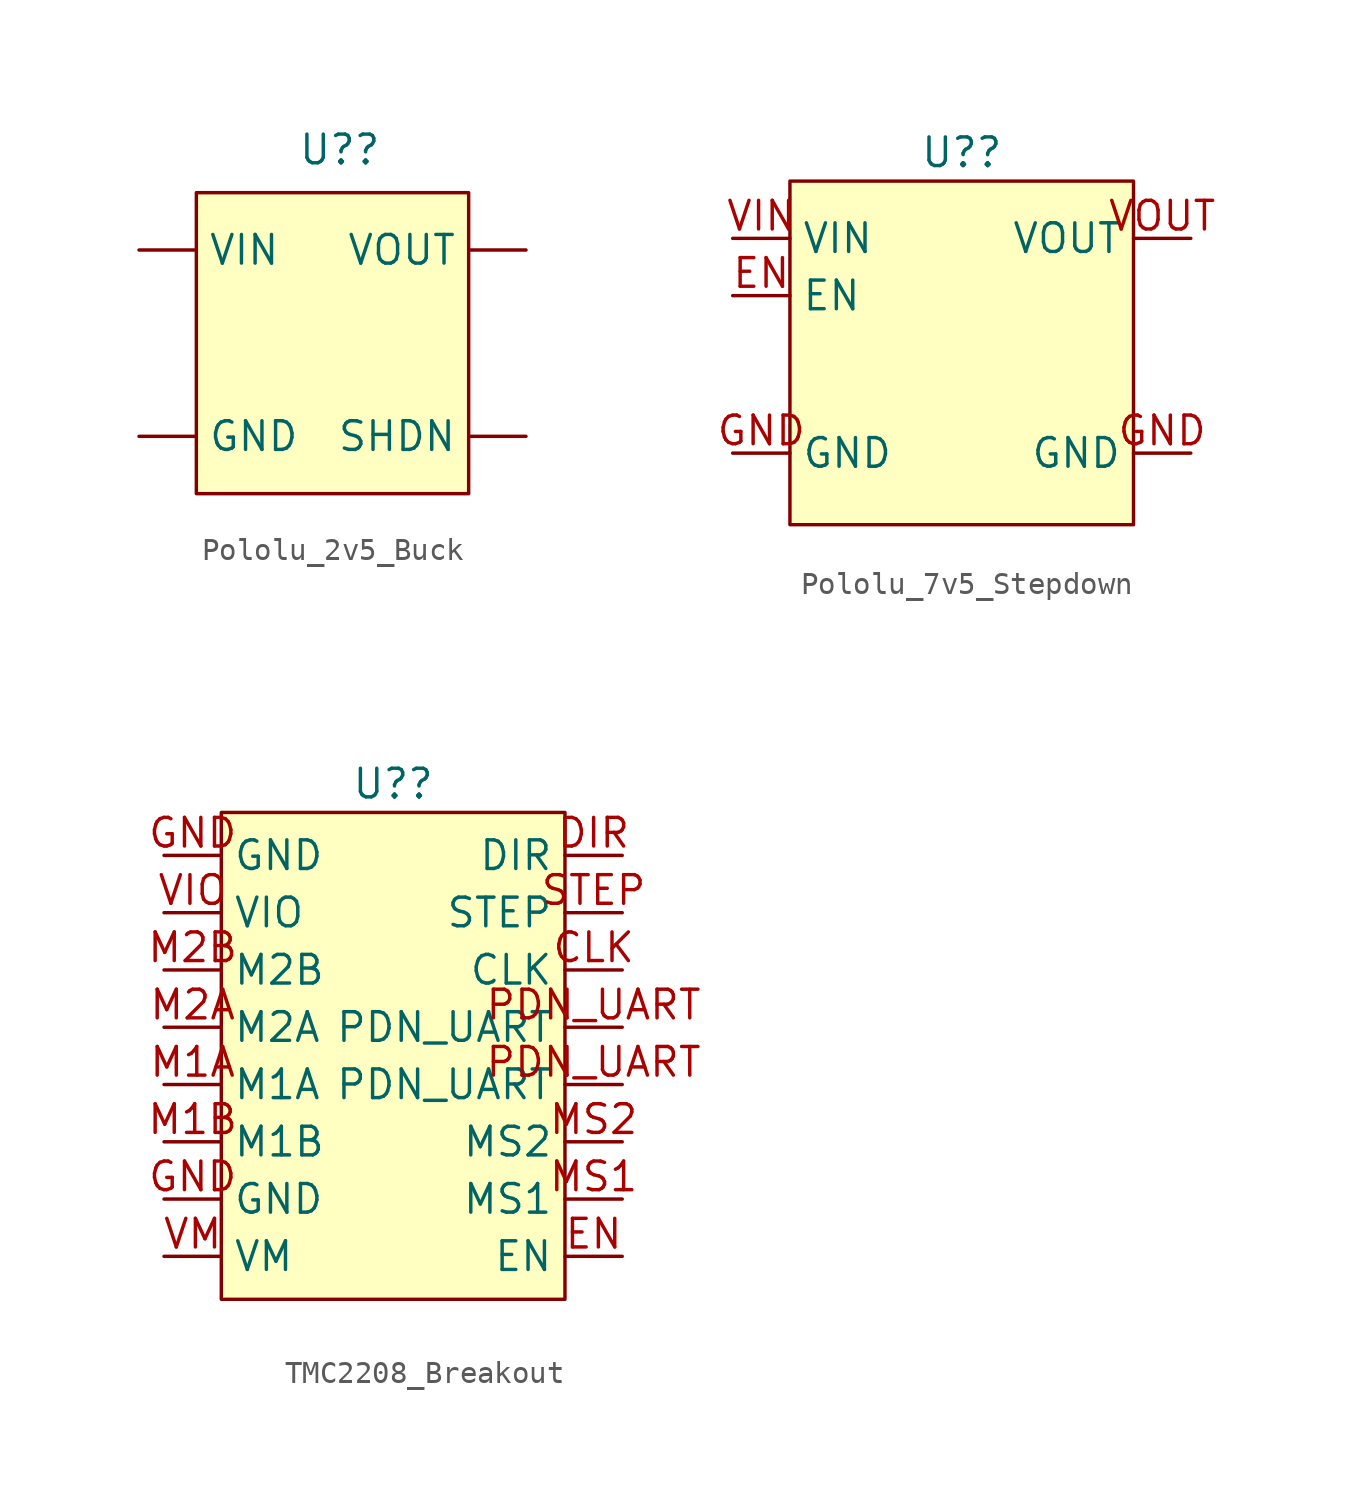
<source format=kicad_sym>
(kicad_symbol_lib
  (version 20220914)
  (generator kicad_symbol_editor)
  (symbol "Pololu_2v5_Buck"
    (property "Reference" "U?"
      (at 0 6.35 0)
      (effects (font (size 1.27 1.27))))
    (property "Value" ""
      (at -0.635 0 0)
      (effects (font (size 1.27 1.27))))
    (symbol "Pololu_2v5_Buck_1_1"
      (rectangle (start -6.35 4.445) (end 5.715 -8.89) (stroke (width 0) (type default)) (fill (type background)))
      (pin input line (at -8.89 -6.35 0) (length 2.54) (name "GND" (effects (font (size 1.27 1.27)))) (number "" (effects (font (size 1.27 1.27)))))
      (pin input line (at 8.255 -6.35 180) (length 2.54) (name "SHDN" (effects (font (size 1.27 1.27)))) (number "" (effects (font (size 1.27 1.27)))))
      (pin input line (at -8.89 1.905 0) (length 2.54) (name "VIN" (effects (font (size 1.27 1.27)))) (number "" (effects (font (size 1.27 1.27)))))
      (pin input line (at 8.255 1.905 180) (length 2.54) (name "VOUT" (effects (font (size 1.27 1.27)))) (number "" (effects (font (size 1.27 1.27)))))))
  (symbol "Pololu_7v5_Stepdown"
    (property "Reference" "U?"
      (at 0 6.985 0)
      (effects (font (size 1.27 1.27))))
    (property "Value" ""
      (at 0 0 0)
      (effects (font (size 1.27 1.27))))
    (symbol "Pololu_7v5_Stepdown_1_1"
      (rectangle (start -7.62 5.715) (end 7.62 -9.525) (stroke (width 0) (type default)) (fill (type background)))
      (pin input line (at -10.16 0.635 0) (length 2.54) (name "EN" (effects (font (size 1.27 1.27)))) (number "EN" (effects (font (size 1.27 1.27)))))
      (pin input line (at -10.16 -6.35 0) (length 2.54) (name "GND" (effects (font (size 1.27 1.27)))) (number "GND" (effects (font (size 1.27 1.27)))))
      (pin input line (at 10.16 -6.35 180) (length 2.54) (name "GND" (effects (font (size 1.27 1.27)))) (number "GND" (effects (font (size 1.27 1.27)))))
      (pin input line (at -10.16 3.175 0) (length 2.54) (name "VIN" (effects (font (size 1.27 1.27)))) (number "VIN" (effects (font (size 1.27 1.27)))))
      (pin input line (at 10.16 3.175 180) (length 2.54) (name "VOUT" (effects (font (size 1.27 1.27)))) (number "VOUT" (effects (font (size 1.27 1.27)))))))
  (symbol "TMC2208_Breakout"
    (property "Reference" "U?"
      (at 0 6.35 0)
      (effects (font (size 1.27 1.27))))
    (property "Value" ""
      (at -1.27 0 0)
      (effects (font (size 1.27 1.27))))
    (symbol "TMC2208_Breakout_1_1"
      (rectangle (start -7.62 5.08) (end 7.62 -16.51) (stroke (width 0) (type default)) (fill (type background)))
      (pin input line (at 10.16 -1.905 180) (length 2.54) (name "CLK" (effects (font (size 1.27 1.27)))) (number "CLK" (effects (font (size 1.27 1.27)))))
      (pin input line (at 10.16 3.175 180) (length 2.54) (name "DIR" (effects (font (size 1.27 1.27)))) (number "DIR" (effects (font (size 1.27 1.27)))))
      (pin input line (at 10.16 -14.605 180) (length 2.54) (name "EN" (effects (font (size 1.27 1.27)))) (number "EN" (effects (font (size 1.27 1.27)))))
      (pin input line (at -10.16 -12.065 0) (length 2.54) (name "GND" (effects (font (size 1.27 1.27)))) (number "GND" (effects (font (size 1.27 1.27)))))
      (pin input line (at -10.16 3.175 0) (length 2.54) (name "GND" (effects (font (size 1.27 1.27)))) (number "GND" (effects (font (size 1.27 1.27)))))
      (pin output line (at -10.16 -6.985 0) (length 2.54) (name "M1A" (effects (font (size 1.27 1.27)))) (number "M1A" (effects (font (size 1.27 1.27)))))
      (pin output line (at -10.16 -9.525 0) (length 2.54) (name "M1B" (effects (font (size 1.27 1.27)))) (number "M1B" (effects (font (size 1.27 1.27)))))
      (pin output line (at -10.16 -4.445 0) (length 2.54) (name "M2A" (effects (font (size 1.27 1.27)))) (number "M2A" (effects (font (size 1.27 1.27)))))
      (pin output line (at -10.16 -1.905 0) (length 2.54) (name "M2B" (effects (font (size 1.27 1.27)))) (number "M2B" (effects (font (size 1.27 1.27)))))
      (pin input line (at 10.16 -12.065 180) (length 2.54) (name "MS1" (effects (font (size 1.27 1.27)))) (number "MS1" (effects (font (size 1.27 1.27)))))
      (pin input line (at 10.16 -9.525 180) (length 2.54) (name "MS2" (effects (font (size 1.27 1.27)))) (number "MS2" (effects (font (size 1.27 1.27)))))
      (pin input line (at 10.16 -6.985 180) (length 2.54) (name "PDN_UART" (effects (font (size 1.27 1.27)))) (number "PDN_UART" (effects (font (size 1.27 1.27)))))
      (pin input line (at 10.16 -4.445 180) (length 2.54) (name "PDN_UART" (effects (font (size 1.27 1.27)))) (number "PDN_UART" (effects (font (size 1.27 1.27)))))
      (pin input line (at 10.16 0.635 180) (length 2.54) (name "STEP" (effects (font (size 1.27 1.27)))) (number "STEP" (effects (font (size 1.27 1.27)))))
      (pin input line (at -10.16 0.635 0) (length 2.54) (name "VIO" (effects (font (size 1.27 1.27)))) (number "VIO" (effects (font (size 1.27 1.27)))))
      (pin input line (at -10.16 -14.605 0) (length 2.54) (name "VM" (effects (font (size 1.27 1.27)))) (number "VM" (effects (font (size 1.27 1.27))))))))
</source>
